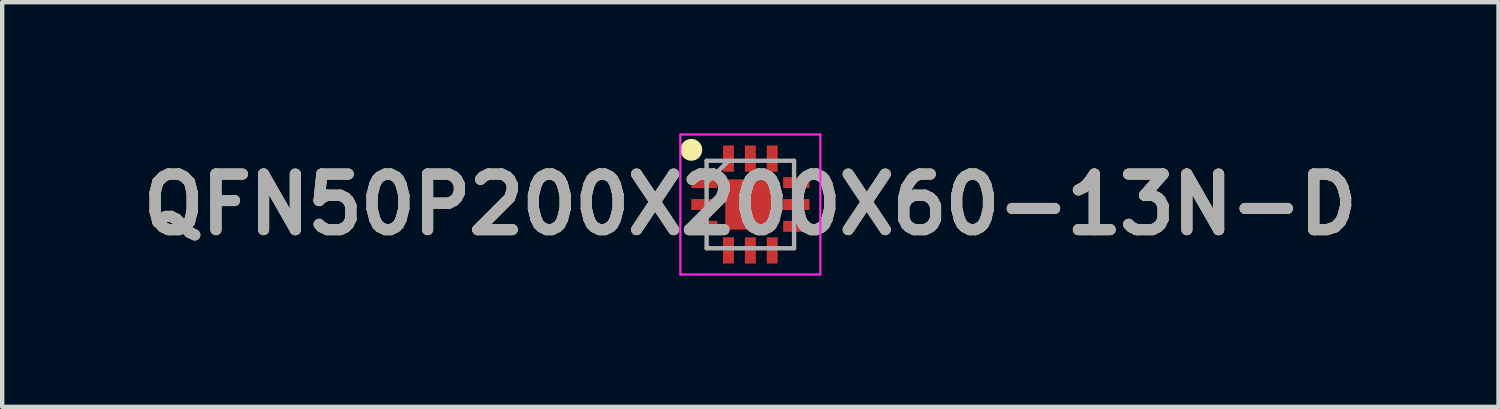
<source format=kicad_pcb>
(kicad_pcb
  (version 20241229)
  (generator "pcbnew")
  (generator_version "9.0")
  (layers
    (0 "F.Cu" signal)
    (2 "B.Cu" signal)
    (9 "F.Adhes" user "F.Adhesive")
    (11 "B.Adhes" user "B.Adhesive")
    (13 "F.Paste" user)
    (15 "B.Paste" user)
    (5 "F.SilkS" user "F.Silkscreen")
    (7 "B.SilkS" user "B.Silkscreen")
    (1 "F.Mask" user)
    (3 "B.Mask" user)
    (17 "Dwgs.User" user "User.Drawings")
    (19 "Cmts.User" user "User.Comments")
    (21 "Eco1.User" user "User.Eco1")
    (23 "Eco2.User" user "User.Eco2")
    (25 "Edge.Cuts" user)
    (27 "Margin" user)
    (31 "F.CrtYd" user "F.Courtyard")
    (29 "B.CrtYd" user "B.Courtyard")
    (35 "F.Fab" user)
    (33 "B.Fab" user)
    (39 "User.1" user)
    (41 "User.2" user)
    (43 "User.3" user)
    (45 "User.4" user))
  (footprint "QFN50P200X200X60-13N-D"
    (layer "F.Cu")
    (at 14.103 1.625)
    (property "Reference" "QFN50P200X200X60-13N-D" (at 0 0 0) (layer "F.SilkS") (effects (font (size 1.27 1.27) (thickness 0.254))))
    (attr smd)
    (fp_circle (center -1.35 -1.25) (end -1.35 -1.125) (stroke (width 0.25) (type solid)) (fill no) (layer "F.SilkS"))
    (fp_line (start -1.6 -1.6) (end 1.6 -1.6) (stroke (width 0.05) (type solid)) (layer "F.CrtYd"))
    (fp_line (start -1.6 1.6) (end -1.6 -1.6) (stroke (width 0.05) (type solid)) (layer "F.CrtYd"))
    (fp_line (start 1.6 -1.6) (end 1.6 1.6) (stroke (width 0.05) (type solid)) (layer "F.CrtYd"))
    (fp_line (start 1.6 1.6) (end -1.6 1.6) (stroke (width 0.05) (type solid)) (layer "F.CrtYd"))
    (fp_line (start -1 -1) (end 1 -1) (stroke (width 0.1) (type solid)) (layer "F.Fab"))
    (fp_line (start -1 -0.5) (end -0.5 -1) (stroke (width 0.1) (type solid)) (layer "F.Fab"))
    (fp_line (start -1 1) (end -1 -1) (stroke (width 0.1) (type solid)) (layer "F.Fab"))
    (fp_line (start 1 -1) (end 1 1) (stroke (width 0.1) (type solid)) (layer "F.Fab"))
    (fp_line (start 1 1) (end -1 1) (stroke (width 0.1) (type solid)) (layer "F.Fab"))
    (fp_text user "${REFERENCE}" (at 0 0 0) (layer "F.Fab") (effects (font (size 1.27 1.27) (thickness 0.254))))
    (pad "1" smd rect (at -1.05 -0.5 90) (size 0.25 0.6) (layers "F.Cu" "F.Mask" "F.Paste"))
    (pad "2" smd rect (at -1.05 0 90) (size 0.25 0.6) (layers "F.Cu" "F.Mask" "F.Paste"))
    (pad "3" smd rect (at -1.05 0.5 90) (size 0.25 0.6) (layers "F.Cu" "F.Mask" "F.Paste"))
    (pad "4" smd rect (at -0.5 1.05) (size 0.25 0.6) (layers "F.Cu" "F.Mask" "F.Paste"))
    (pad "5" smd rect (at 0 1.05) (size 0.25 0.6) (layers "F.Cu" "F.Mask" "F.Paste"))
    (pad "6" smd rect (at 0.5 1.05) (size 0.25 0.6) (layers "F.Cu" "F.Mask" "F.Paste"))
    (pad "7" smd rect (at 1.05 0.5 90) (size 0.25 0.6) (layers "F.Cu" "F.Mask" "F.Paste"))
    (pad "8" smd rect (at 1.05 0 90) (size 0.25 0.6) (layers "F.Cu" "F.Mask" "F.Paste"))
    (pad "9" smd rect (at 1.05 -0.5 90) (size 0.25 0.6) (layers "F.Cu" "F.Mask" "F.Paste"))
    (pad "10" smd rect (at 0.5 -1.05) (size 0.25 0.6) (layers "F.Cu" "F.Mask" "F.Paste"))
    (pad "11" smd rect (at 0 -1.05) (size 0.25 0.6) (layers "F.Cu" "F.Mask" "F.Paste"))
    (pad "12" smd rect (at -0.5 -1.05) (size 0.25 0.6) (layers "F.Cu" "F.Mask" "F.Paste"))
    (pad "13" smd rect (at 0 0) (size 1.15 1.15) (layers "F.Cu" "F.Mask" "F.Paste")))
  (gr_rect
    (start -3 -3)
    (end 31.206 6.25)
    (stroke (width 0.1) (type default))
    (fill no)
    (layer "Edge.Cuts")))
</source>
